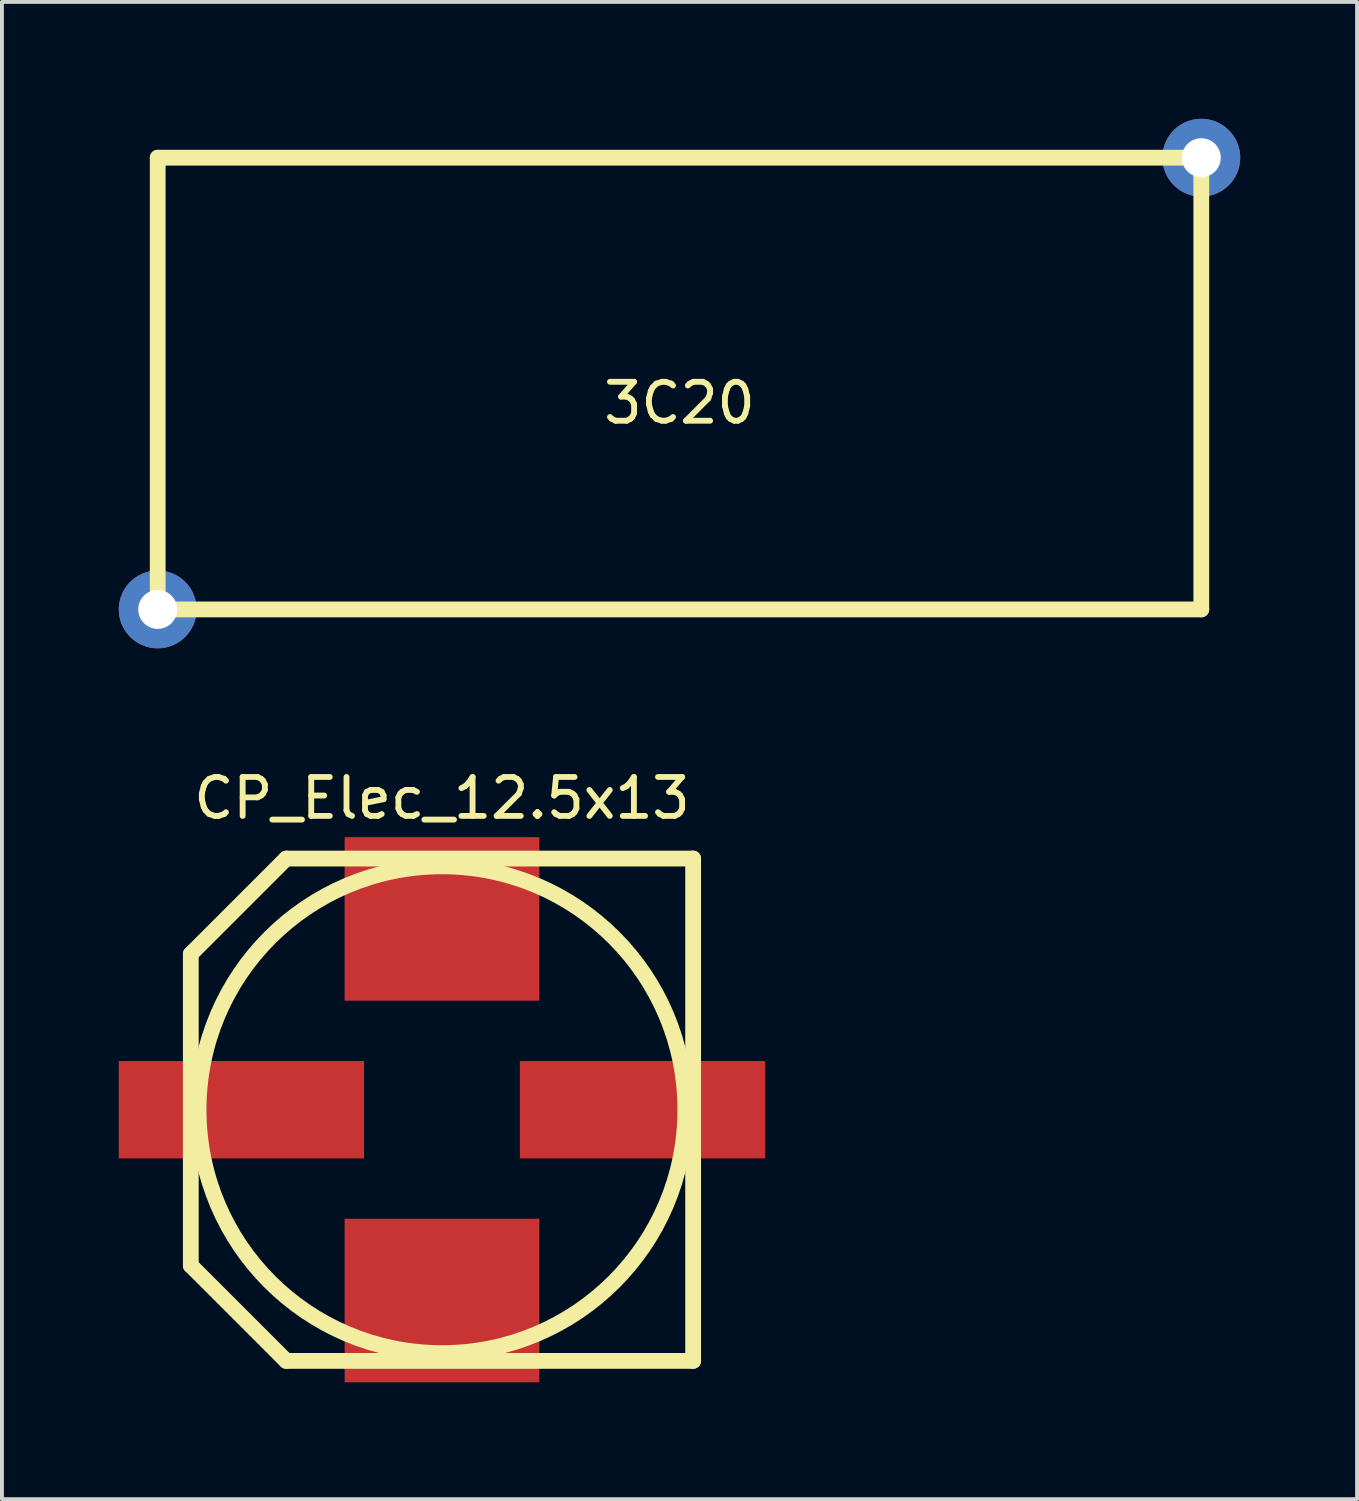
<source format=kicad_pcb>
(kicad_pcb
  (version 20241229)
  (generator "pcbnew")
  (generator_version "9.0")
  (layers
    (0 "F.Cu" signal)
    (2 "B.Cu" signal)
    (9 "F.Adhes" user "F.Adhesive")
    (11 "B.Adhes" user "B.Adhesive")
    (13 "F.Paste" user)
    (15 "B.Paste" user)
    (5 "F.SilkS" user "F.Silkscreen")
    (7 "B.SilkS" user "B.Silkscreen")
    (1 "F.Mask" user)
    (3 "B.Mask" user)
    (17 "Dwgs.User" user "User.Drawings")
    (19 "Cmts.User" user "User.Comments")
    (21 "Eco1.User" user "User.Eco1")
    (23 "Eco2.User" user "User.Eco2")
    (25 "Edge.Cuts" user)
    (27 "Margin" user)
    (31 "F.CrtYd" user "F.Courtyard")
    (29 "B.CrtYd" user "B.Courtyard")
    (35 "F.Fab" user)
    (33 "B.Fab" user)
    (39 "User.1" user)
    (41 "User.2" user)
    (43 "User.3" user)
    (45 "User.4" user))
  (footprint "3C20"
    (layer "F.Cu")
    (at 14.4 6.8)
    (property "Reference" "3C20" (at 0 0.5 0) (layer "F.SilkS") (effects (font (size 1 1) (thickness 0.15))))
    (attr through_hole)
    (fp_line (start -13.4 -5.8) (end -13.4 5.8) (stroke (width 0.405) (type solid)) (layer "F.SilkS"))
    (fp_line (start -13.4 5.8) (end 13.4 5.8) (stroke (width 0.405) (type solid)) (layer "F.SilkS"))
    (fp_line (start 13.4 -5.8) (end -13.4 -5.8) (stroke (width 0.405) (type solid)) (layer "F.SilkS"))
    (fp_line (start 13.4 5.8) (end 13.4 -5.8) (stroke (width 0.405) (type solid)) (layer "F.SilkS"))
    (pad "1" thru_hole circle (at -13.4 5.8) (size 2 2) (drill 1) (layers "*.Cu" "*.Mask"))
    (pad "2" thru_hole circle (at 13.4 -5.8) (size 2 2) (drill 1) (layers "*.Cu" "*.Mask")))
  (footprint "CP_Elec_12.5x13"
    (layer "F.Cu")
    (at 8.3 25.448)
    (property "Reference" "CP_Elec_12.5x13" (at 0 -8 0) (layer "F.SilkS") (effects (font (size 1 1) (thickness 0.15))))
    (attr through_hole)
    (fp_line (start -6.45 -4) (end -4 -6.45) (stroke (width 0.405) (type solid)) (layer "F.SilkS"))
    (fp_line (start -6.45 4) (end -6.45 -4) (stroke (width 0.405) (type solid)) (layer "F.SilkS"))
    (fp_line (start -4 6.45) (end -6.45 4) (stroke (width 0.405) (type solid)) (layer "F.SilkS"))
    (fp_line (start 6.45 -6.45) (end -4 -6.45) (stroke (width 0.405) (type solid)) (layer "F.SilkS"))
    (fp_line (start 6.45 6.45) (end -4 6.45) (stroke (width 0.405) (type solid)) (layer "F.SilkS"))
    (fp_line (start 6.45 6.45) (end 6.45 -6.45) (stroke (width 0.405) (type solid)) (layer "F.SilkS"))
    (fp_circle (center 0 0) (end 6.25 0) (stroke (width 0.405) (type solid)) (fill no) (layer "F.SilkS"))
    (pad "" smd rect (at 0 -4.9) (size 5 4.2) (layers "F.Cu" "F.Mask" "F.Paste"))
    (pad "" smd rect (at 0 4.9) (size 5 4.2) (layers "F.Cu" "F.Mask" "F.Paste"))
    (pad "1" smd rect (at -5.15 0) (size 6.3 2.5) (layers "F.Cu" "F.Mask" "F.Paste"))
    (pad "2" smd rect (at 5.15 0) (size 6.3 2.5) (layers "F.Cu" "F.Mask" "F.Paste")))
  (gr_rect
    (start -3 -3)
    (end 31.8 35.448)
    (stroke (width 0.1) (type default))
    (fill no)
    (layer "Edge.Cuts")))
</source>
